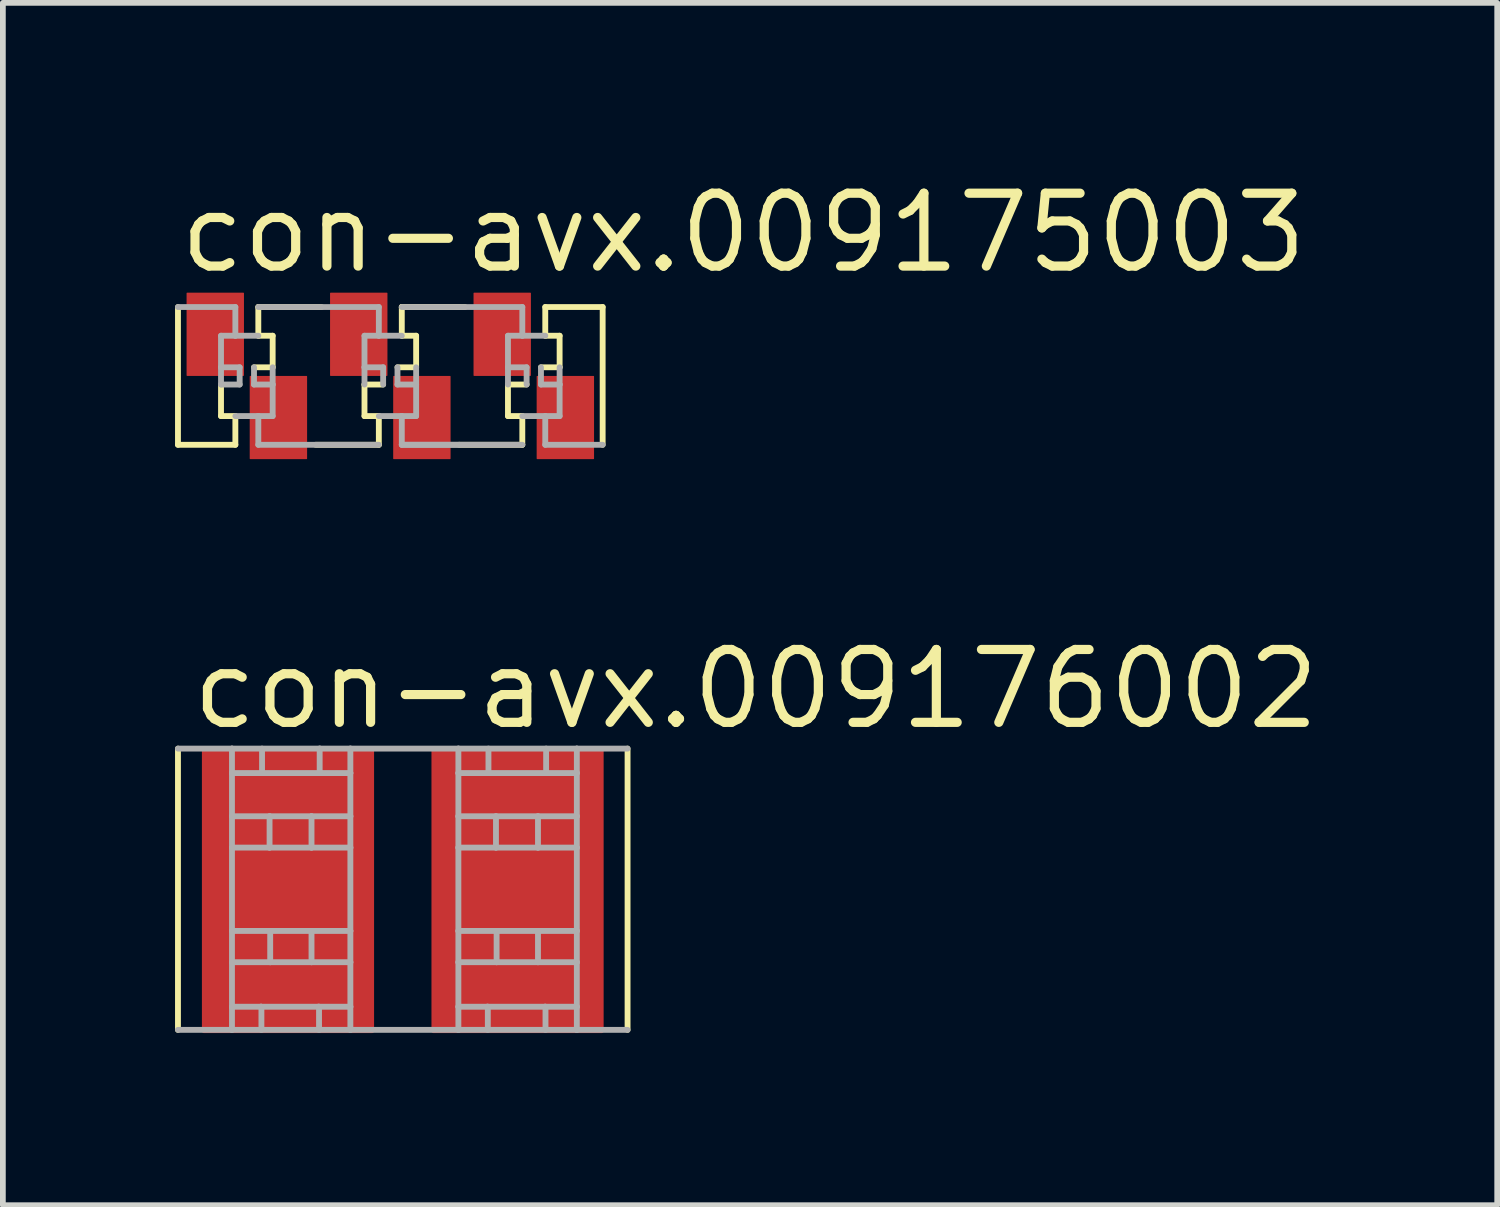
<source format=kicad_pcb>
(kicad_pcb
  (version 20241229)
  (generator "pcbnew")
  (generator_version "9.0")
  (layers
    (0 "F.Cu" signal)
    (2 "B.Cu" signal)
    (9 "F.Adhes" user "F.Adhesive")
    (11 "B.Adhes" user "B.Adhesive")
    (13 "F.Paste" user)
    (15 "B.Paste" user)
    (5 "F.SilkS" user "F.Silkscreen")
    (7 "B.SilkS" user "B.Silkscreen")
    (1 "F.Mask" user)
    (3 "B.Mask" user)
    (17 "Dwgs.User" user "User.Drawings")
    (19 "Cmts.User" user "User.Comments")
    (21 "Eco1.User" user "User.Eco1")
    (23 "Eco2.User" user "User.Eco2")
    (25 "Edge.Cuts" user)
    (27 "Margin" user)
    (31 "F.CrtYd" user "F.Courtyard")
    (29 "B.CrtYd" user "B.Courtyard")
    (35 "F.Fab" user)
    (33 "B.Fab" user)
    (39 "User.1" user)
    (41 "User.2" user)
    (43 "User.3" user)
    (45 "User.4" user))
  (footprint "con-avx.009175003"
    (layer "F.Cu")
    (at 3.751 3.5)
    (property "Reference" "con-avx.009175003" (at -3.75 -1.75 0) (layer "F.SilkS") (effects (font (size 1.27 1.27) (thickness 0.16)) (justify left bottom)))
    (attr smd)
    (fp_line (start -3.7 1.2) (end -3.7 -1.2) (stroke (width 0.102) (type default)) (layer "F.SilkS"))
    (fp_line (start -2.95 0.7) (end -2.95 0.15) (stroke (width 0.102) (type default)) (layer "F.SilkS"))
    (fp_line (start -2.7 0.7) (end -2.95 0.7) (stroke (width 0.102) (type default)) (layer "F.SilkS"))
    (fp_line (start -2.7 0.7) (end -2.7 1.2) (stroke (width 0.102) (type default)) (layer "F.SilkS"))
    (fp_line (start -2.7 1.2) (end -3.7 1.2) (stroke (width 0.102) (type default)) (layer "F.SilkS"))
    (fp_line (start -2.3 -1.2) (end -1.2 -1.2) (stroke (width 0.102) (type default)) (layer "F.SilkS"))
    (fp_line (start -2.3 -0.7) (end -2.3 -1.2) (stroke (width 0.102) (type default)) (layer "F.SilkS"))
    (fp_line (start -2.3 -0.7) (end -2.05 -0.7) (stroke (width 0.102) (type default)) (layer "F.SilkS"))
    (fp_line (start -2.05 -0.7) (end -2.05 -0.15) (stroke (width 0.102) (type default)) (layer "F.SilkS"))
    (fp_line (start -2.05 -0.15) (end -2.375 -0.15) (stroke (width 0.102) (type default)) (layer "F.SilkS"))
    (fp_line (start -0.45 0.15) (end -0.125 0.15) (stroke (width 0.102) (type default)) (layer "F.SilkS"))
    (fp_line (start -0.45 0.7) (end -0.45 0.15) (stroke (width 0.102) (type default)) (layer "F.SilkS"))
    (fp_line (start -0.2 0.7) (end -0.45 0.7) (stroke (width 0.102) (type default)) (layer "F.SilkS"))
    (fp_line (start -0.2 0.7) (end -0.2 1.2) (stroke (width 0.102) (type default)) (layer "F.SilkS"))
    (fp_line (start -0.2 1.2) (end -1.3 1.2) (stroke (width 0.102) (type default)) (layer "F.SilkS"))
    (fp_line (start 0.2 -1.2) (end 1.2 -1.2) (stroke (width 0.102) (type default)) (layer "F.SilkS"))
    (fp_line (start 0.2 -1.2) (end 1.3 -1.2) (stroke (width 0.102) (type default)) (layer "F.SilkS"))
    (fp_line (start 0.2 -0.7) (end 0.2 -1.2) (stroke (width 0.102) (type default)) (layer "F.SilkS"))
    (fp_line (start 0.2 -0.7) (end 0.45 -0.7) (stroke (width 0.102) (type default)) (layer "F.SilkS"))
    (fp_line (start 0.45 -0.7) (end 0.45 -0.15) (stroke (width 0.102) (type default)) (layer "F.SilkS"))
    (fp_line (start 0.45 -0.15) (end 0.125 -0.15) (stroke (width 0.102) (type default)) (layer "F.SilkS"))
    (fp_line (start 2.05 0.15) (end 2.375 0.15) (stroke (width 0.102) (type default)) (layer "F.SilkS"))
    (fp_line (start 2.05 0.7) (end 2.05 0.15) (stroke (width 0.102) (type default)) (layer "F.SilkS"))
    (fp_line (start 2.3 0.7) (end 2.05 0.7) (stroke (width 0.102) (type default)) (layer "F.SilkS"))
    (fp_line (start 2.3 0.7) (end 2.3 1.2) (stroke (width 0.102) (type default)) (layer "F.SilkS"))
    (fp_line (start 2.3 1.2) (end 1.2 1.2) (stroke (width 0.102) (type default)) (layer "F.SilkS"))
    (fp_line (start 2.7 -1.2) (end 3.7 -1.2) (stroke (width 0.102) (type default)) (layer "F.SilkS"))
    (fp_line (start 2.7 -0.7) (end 2.7 -1.2) (stroke (width 0.102) (type default)) (layer "F.SilkS"))
    (fp_line (start 2.7 -0.7) (end 2.95 -0.7) (stroke (width 0.102) (type default)) (layer "F.SilkS"))
    (fp_line (start 2.95 -0.7) (end 2.95 -0.15) (stroke (width 0.102) (type default)) (layer "F.SilkS"))
    (fp_line (start 2.95 -0.15) (end 2.625 -0.15) (stroke (width 0.102) (type default)) (layer "F.SilkS"))
    (fp_line (start 3.7 -1.2) (end 3.7 1.2) (stroke (width 0.102) (type default)) (layer "F.SilkS"))
    (fp_line (start -3.7 -1.2) (end -2.7 -1.2) (stroke (width 0.102) (type default)) (layer "F.Fab"))
    (fp_line (start -2.95 -0.7) (end -2.7 -0.7) (stroke (width 0.102) (type default)) (layer "F.Fab"))
    (fp_line (start -2.95 -0.15) (end -2.95 -0.7) (stroke (width 0.102) (type default)) (layer "F.Fab"))
    (fp_line (start -2.95 -0.15) (end -2.95 0.15) (stroke (width 0.102) (type default)) (layer "F.Fab"))
    (fp_line (start -2.95 0.15) (end -2.625 0.15) (stroke (width 0.102) (type default)) (layer "F.Fab"))
    (fp_line (start -2.7 -1.2) (end -2.7 -0.7) (stroke (width 0.102) (type default)) (layer "F.Fab"))
    (fp_line (start -2.7 -0.7) (end -2.3 -0.7) (stroke (width 0.102) (type default)) (layer "F.Fab"))
    (fp_line (start -2.625 -0.15) (end -2.95 -0.15) (stroke (width 0.102) (type default)) (layer "F.Fab"))
    (fp_line (start -2.625 0.15) (end -2.625 -0.15) (stroke (width 0.102) (type default)) (layer "F.Fab"))
    (fp_line (start -2.375 -0.15) (end -2.375 0.15) (stroke (width 0.102) (type default)) (layer "F.Fab"))
    (fp_line (start -2.375 0.15) (end -2.05 0.15) (stroke (width 0.102) (type default)) (layer "F.Fab"))
    (fp_line (start -2.3 -1.2) (end -0.2 -1.2) (stroke (width 0.102) (type default)) (layer "F.Fab"))
    (fp_line (start -2.3 0.7) (end -2.7 0.7) (stroke (width 0.102) (type default)) (layer "F.Fab"))
    (fp_line (start -2.3 1.2) (end -2.3 0.7) (stroke (width 0.102) (type default)) (layer "F.Fab"))
    (fp_line (start -2.05 -0.15) (end -2.05 0.15) (stroke (width 0.102) (type default)) (layer "F.Fab"))
    (fp_line (start -2.05 0.15) (end -2.05 0.7) (stroke (width 0.102) (type default)) (layer "F.Fab"))
    (fp_line (start -2.05 0.7) (end -2.3 0.7) (stroke (width 0.102) (type default)) (layer "F.Fab"))
    (fp_line (start -0.45 -0.7) (end -0.2 -0.7) (stroke (width 0.102) (type default)) (layer "F.Fab"))
    (fp_line (start -0.45 -0.15) (end -0.45 -0.7) (stroke (width 0.102) (type default)) (layer "F.Fab"))
    (fp_line (start -0.45 -0.15) (end -0.45 0.15) (stroke (width 0.102) (type default)) (layer "F.Fab"))
    (fp_line (start -0.2 -1.2) (end -0.2 -0.7) (stroke (width 0.102) (type default)) (layer "F.Fab"))
    (fp_line (start -0.2 -0.7) (end 0.2 -0.7) (stroke (width 0.102) (type default)) (layer "F.Fab"))
    (fp_line (start -0.2 1.2) (end -2.3 1.2) (stroke (width 0.102) (type default)) (layer "F.Fab"))
    (fp_line (start -0.125 -0.15) (end -0.45 -0.15) (stroke (width 0.102) (type default)) (layer "F.Fab"))
    (fp_line (start -0.125 0.15) (end -0.125 -0.15) (stroke (width 0.102) (type default)) (layer "F.Fab"))
    (fp_line (start 0.125 -0.15) (end 0.125 0.15) (stroke (width 0.102) (type default)) (layer "F.Fab"))
    (fp_line (start 0.125 0.15) (end 0.45 0.15) (stroke (width 0.102) (type default)) (layer "F.Fab"))
    (fp_line (start 0.2 -1.2) (end 2.3 -1.2) (stroke (width 0.102) (type default)) (layer "F.Fab"))
    (fp_line (start 0.2 0.7) (end -0.2 0.7) (stroke (width 0.102) (type default)) (layer "F.Fab"))
    (fp_line (start 0.2 1.2) (end 0.2 0.7) (stroke (width 0.102) (type default)) (layer "F.Fab"))
    (fp_line (start 0.45 -0.15) (end 0.45 0.15) (stroke (width 0.102) (type default)) (layer "F.Fab"))
    (fp_line (start 0.45 0.15) (end 0.45 0.7) (stroke (width 0.102) (type default)) (layer "F.Fab"))
    (fp_line (start 0.45 0.7) (end 0.2 0.7) (stroke (width 0.102) (type default)) (layer "F.Fab"))
    (fp_line (start 1.2 1.2) (end 0.2 1.2) (stroke (width 0.102) (type default)) (layer "F.Fab"))
    (fp_line (start 2.05 -0.7) (end 2.3 -0.7) (stroke (width 0.102) (type default)) (layer "F.Fab"))
    (fp_line (start 2.05 -0.15) (end 2.05 -0.7) (stroke (width 0.102) (type default)) (layer "F.Fab"))
    (fp_line (start 2.05 -0.15) (end 2.05 0.15) (stroke (width 0.102) (type default)) (layer "F.Fab"))
    (fp_line (start 2.3 -1.2) (end 2.3 -0.7) (stroke (width 0.102) (type default)) (layer "F.Fab"))
    (fp_line (start 2.3 -0.7) (end 2.7 -0.7) (stroke (width 0.102) (type default)) (layer "F.Fab"))
    (fp_line (start 2.3 1.2) (end 0.2 1.2) (stroke (width 0.102) (type default)) (layer "F.Fab"))
    (fp_line (start 2.375 -0.15) (end 2.05 -0.15) (stroke (width 0.102) (type default)) (layer "F.Fab"))
    (fp_line (start 2.375 0.15) (end 2.375 -0.15) (stroke (width 0.102) (type default)) (layer "F.Fab"))
    (fp_line (start 2.625 -0.15) (end 2.625 0.15) (stroke (width 0.102) (type default)) (layer "F.Fab"))
    (fp_line (start 2.625 0.15) (end 2.95 0.15) (stroke (width 0.102) (type default)) (layer "F.Fab"))
    (fp_line (start 2.7 0.7) (end 2.3 0.7) (stroke (width 0.102) (type default)) (layer "F.Fab"))
    (fp_line (start 2.7 1.2) (end 2.7 0.7) (stroke (width 0.102) (type default)) (layer "F.Fab"))
    (fp_line (start 2.95 -0.15) (end 2.95 0.15) (stroke (width 0.102) (type default)) (layer "F.Fab"))
    (fp_line (start 2.95 0.15) (end 2.95 0.7) (stroke (width 0.102) (type default)) (layer "F.Fab"))
    (fp_line (start 2.95 0.7) (end 2.7 0.7) (stroke (width 0.102) (type default)) (layer "F.Fab"))
    (fp_line (start 3.7 1.2) (end 2.7 1.2) (stroke (width 0.102) (type default)) (layer "F.Fab"))
    (pad "1" smd roundrect (at -3.05 -0.725) (size 1 1.45) (layers "F.Cu" "F.Mask" "F.Paste") (roundrect_rratio 0.01))
    (pad "1@1" smd roundrect (at -1.95 0.725) (size 1 1.45) (layers "F.Cu" "F.Mask" "F.Paste") (roundrect_rratio 0.01))
    (pad "2" smd roundrect (at -0.55 -0.725) (size 1 1.45) (layers "F.Cu" "F.Mask" "F.Paste") (roundrect_rratio 0.01))
    (pad "2@1" smd roundrect (at 0.55 0.725) (size 1 1.45) (layers "F.Cu" "F.Mask" "F.Paste") (roundrect_rratio 0.01))
    (pad "3" smd roundrect (at 1.95 -0.725) (size 1 1.45) (layers "F.Cu" "F.Mask" "F.Paste") (roundrect_rratio 0.01))
    (pad "3@2" smd roundrect (at 3.05 0.725) (size 1 1.45) (layers "F.Cu" "F.Mask" "F.Paste") (roundrect_rratio 0.01)))
  (footprint "con-avx.009176002"
    (layer "F.Cu")
    (at 3.968 12.45)
    (property "Reference" "con-avx.009176002" (at -3.75 -2.75 0) (layer "F.SilkS") (effects (font (size 1.27 1.27) (thickness 0.16)) (justify left bottom)))
    (attr smd)
    (fp_line (start -3.917 2.445) (end -3.917 -2.456) (stroke (width 0.102) (type default)) (layer "F.SilkS"))
    (fp_line (start 3.917 -2.456) (end 3.917 2.445) (stroke (width 0.102) (type default)) (layer "F.SilkS"))
    (fp_line (start -3.917 -2.456) (end -2.976 -2.456) (stroke (width 0.102) (type default)) (layer "F.Fab"))
    (fp_line (start -2.976 -2.456) (end -1.448 -2.456) (stroke (width 0.102) (type default)) (layer "F.Fab"))
    (fp_line (start -2.976 -2.03) (end -2.976 -2.456) (stroke (width 0.102) (type default)) (layer "F.Fab"))
    (fp_line (start -2.976 -1.277) (end -2.976 -2.03) (stroke (width 0.102) (type default)) (layer "F.Fab"))
    (fp_line (start -2.976 -0.731) (end -2.976 -1.277) (stroke (width 0.102) (type default)) (layer "F.Fab"))
    (fp_line (start -2.976 -0.731) (end -2.321 -0.731) (stroke (width 0.102) (type default)) (layer "F.Fab"))
    (fp_line (start -2.976 0.721) (end -2.976 -0.731) (stroke (width 0.102) (type default)) (layer "F.Fab"))
    (fp_line (start -2.976 1.266) (end -2.976 0.721) (stroke (width 0.102) (type default)) (layer "F.Fab"))
    (fp_line (start -2.976 1.266) (end -2.31 1.266) (stroke (width 0.102) (type default)) (layer "F.Fab"))
    (fp_line (start -2.976 2.042) (end -2.976 1.266) (stroke (width 0.102) (type default)) (layer "F.Fab"))
    (fp_line (start -2.976 2.042) (end -2.474 2.042) (stroke (width 0.102) (type default)) (layer "F.Fab"))
    (fp_line (start -2.976 2.445) (end -3.917 2.445) (stroke (width 0.102) (type default)) (layer "F.Fab"))
    (fp_line (start -2.976 2.445) (end -2.976 2.042) (stroke (width 0.102) (type default)) (layer "F.Fab"))
    (fp_line (start -2.474 2.042) (end -2.463 2.042) (stroke (width 0.102) (type default)) (layer "F.Fab"))
    (fp_line (start -2.474 2.042) (end -1.47 2.042) (stroke (width 0.102) (type default)) (layer "F.Fab"))
    (fp_line (start -2.463 2.042) (end -2.463 2.445) (stroke (width 0.102) (type default)) (layer "F.Fab"))
    (fp_line (start -2.452 -2.03) (end -2.976 -2.03) (stroke (width 0.102) (type default)) (layer "F.Fab"))
    (fp_line (start -2.452 -2.03) (end -2.452 -2.456) (stroke (width 0.102) (type default)) (layer "F.Fab"))
    (fp_line (start -2.321 -1.277) (end -2.976 -1.277) (stroke (width 0.102) (type default)) (layer "F.Fab"))
    (fp_line (start -2.321 -0.731) (end -2.321 -1.277) (stroke (width 0.102) (type default)) (layer "F.Fab"))
    (fp_line (start -2.321 -0.731) (end -1.59 -0.731) (stroke (width 0.102) (type default)) (layer "F.Fab"))
    (fp_line (start -2.31 0.721) (end -2.976 0.721) (stroke (width 0.102) (type default)) (layer "F.Fab"))
    (fp_line (start -2.31 1.266) (end -2.31 0.721) (stroke (width 0.102) (type default)) (layer "F.Fab"))
    (fp_line (start -2.31 1.266) (end -1.59 1.266) (stroke (width 0.102) (type default)) (layer "F.Fab"))
    (fp_line (start -1.59 -1.277) (end -2.321 -1.277) (stroke (width 0.102) (type default)) (layer "F.Fab"))
    (fp_line (start -1.59 -0.731) (end -1.59 -1.277) (stroke (width 0.102) (type default)) (layer "F.Fab"))
    (fp_line (start -1.59 -0.731) (end -0.913 -0.731) (stroke (width 0.102) (type default)) (layer "F.Fab"))
    (fp_line (start -1.59 0.721) (end -2.31 0.721) (stroke (width 0.102) (type default)) (layer "F.Fab"))
    (fp_line (start -1.59 1.266) (end -1.59 0.721) (stroke (width 0.102) (type default)) (layer "F.Fab"))
    (fp_line (start -1.59 1.266) (end -0.913 1.266) (stroke (width 0.102) (type default)) (layer "F.Fab"))
    (fp_line (start -1.47 2.042) (end -1.459 2.042) (stroke (width 0.102) (type default)) (layer "F.Fab"))
    (fp_line (start -1.47 2.042) (end -0.913 2.042) (stroke (width 0.102) (type default)) (layer "F.Fab"))
    (fp_line (start -1.459 2.042) (end -1.459 2.445) (stroke (width 0.102) (type default)) (layer "F.Fab"))
    (fp_line (start -1.448 -2.456) (end -0.913 -2.456) (stroke (width 0.102) (type default)) (layer "F.Fab"))
    (fp_line (start -1.448 -2.03) (end -2.452 -2.03) (stroke (width 0.102) (type default)) (layer "F.Fab"))
    (fp_line (start -1.448 -2.03) (end -1.448 -2.456) (stroke (width 0.102) (type default)) (layer "F.Fab"))
    (fp_line (start -0.913 -2.456) (end 0.969 -2.456) (stroke (width 0.102) (type default)) (layer "F.Fab"))
    (fp_line (start -0.913 -2.03) (end -1.448 -2.03) (stroke (width 0.102) (type default)) (layer "F.Fab"))
    (fp_line (start -0.913 -2.03) (end -0.913 -2.456) (stroke (width 0.102) (type default)) (layer "F.Fab"))
    (fp_line (start -0.913 -1.277) (end -1.59 -1.277) (stroke (width 0.102) (type default)) (layer "F.Fab"))
    (fp_line (start -0.913 -1.277) (end -0.913 -2.03) (stroke (width 0.102) (type default)) (layer "F.Fab"))
    (fp_line (start -0.913 -0.731) (end -0.913 -1.277) (stroke (width 0.102) (type default)) (layer "F.Fab"))
    (fp_line (start -0.913 0.721) (end -1.59 0.721) (stroke (width 0.102) (type default)) (layer "F.Fab"))
    (fp_line (start -0.913 0.721) (end -0.913 -0.731) (stroke (width 0.102) (type default)) (layer "F.Fab"))
    (fp_line (start -0.913 1.266) (end -0.913 0.721) (stroke (width 0.102) (type default)) (layer "F.Fab"))
    (fp_line (start -0.913 2.042) (end -0.913 1.266) (stroke (width 0.102) (type default)) (layer "F.Fab"))
    (fp_line (start -0.913 2.445) (end -2.976 2.445) (stroke (width 0.102) (type default)) (layer "F.Fab"))
    (fp_line (start -0.913 2.445) (end -0.913 2.042) (stroke (width 0.102) (type default)) (layer "F.Fab"))
    (fp_line (start 0.969 -2.456) (end 3.033 -2.456) (stroke (width 0.102) (type default)) (layer "F.Fab"))
    (fp_line (start 0.969 -2.03) (end 0.969 -2.456) (stroke (width 0.102) (type default)) (layer "F.Fab"))
    (fp_line (start 0.969 -1.277) (end 0.969 -2.03) (stroke (width 0.102) (type default)) (layer "F.Fab"))
    (fp_line (start 0.969 -0.731) (end 0.969 -1.277) (stroke (width 0.102) (type default)) (layer "F.Fab"))
    (fp_line (start 0.969 -0.731) (end 1.624 -0.731) (stroke (width 0.102) (type default)) (layer "F.Fab"))
    (fp_line (start 0.969 0.721) (end 0.969 -0.731) (stroke (width 0.102) (type default)) (layer "F.Fab"))
    (fp_line (start 0.969 1.266) (end 0.969 0.721) (stroke (width 0.102) (type default)) (layer "F.Fab"))
    (fp_line (start 0.969 1.266) (end 1.635 1.266) (stroke (width 0.102) (type default)) (layer "F.Fab"))
    (fp_line (start 0.969 2.042) (end 0.969 1.266) (stroke (width 0.102) (type default)) (layer "F.Fab"))
    (fp_line (start 0.969 2.042) (end 1.472 2.042) (stroke (width 0.102) (type default)) (layer "F.Fab"))
    (fp_line (start 0.969 2.445) (end -0.913 2.445) (stroke (width 0.102) (type default)) (layer "F.Fab"))
    (fp_line (start 0.969 2.445) (end 0.969 2.042) (stroke (width 0.102) (type default)) (layer "F.Fab"))
    (fp_line (start 1.472 2.042) (end 1.482 2.042) (stroke (width 0.102) (type default)) (layer "F.Fab"))
    (fp_line (start 1.472 2.042) (end 2.476 2.042) (stroke (width 0.102) (type default)) (layer "F.Fab"))
    (fp_line (start 1.482 2.042) (end 1.482 2.445) (stroke (width 0.102) (type default)) (layer "F.Fab"))
    (fp_line (start 1.493 -2.03) (end 0.969 -2.03) (stroke (width 0.102) (type default)) (layer "F.Fab"))
    (fp_line (start 1.493 -2.03) (end 1.493 -2.456) (stroke (width 0.102) (type default)) (layer "F.Fab"))
    (fp_line (start 1.624 -1.277) (end 0.969 -1.277) (stroke (width 0.102) (type default)) (layer "F.Fab"))
    (fp_line (start 1.624 -0.731) (end 1.624 -1.277) (stroke (width 0.102) (type default)) (layer "F.Fab"))
    (fp_line (start 1.624 -0.731) (end 2.356 -0.731) (stroke (width 0.102) (type default)) (layer "F.Fab"))
    (fp_line (start 1.635 0.721) (end 0.969 0.721) (stroke (width 0.102) (type default)) (layer "F.Fab"))
    (fp_line (start 1.635 1.266) (end 1.635 0.721) (stroke (width 0.102) (type default)) (layer "F.Fab"))
    (fp_line (start 1.635 1.266) (end 2.356 1.266) (stroke (width 0.102) (type default)) (layer "F.Fab"))
    (fp_line (start 2.356 -1.277) (end 1.624 -1.277) (stroke (width 0.102) (type default)) (layer "F.Fab"))
    (fp_line (start 2.356 -0.731) (end 2.356 -1.277) (stroke (width 0.102) (type default)) (layer "F.Fab"))
    (fp_line (start 2.356 -0.731) (end 3.033 -0.731) (stroke (width 0.102) (type default)) (layer "F.Fab"))
    (fp_line (start 2.356 0.721) (end 1.635 0.721) (stroke (width 0.102) (type default)) (layer "F.Fab"))
    (fp_line (start 2.356 1.266) (end 2.356 0.721) (stroke (width 0.102) (type default)) (layer "F.Fab"))
    (fp_line (start 2.356 1.266) (end 3.033 1.266) (stroke (width 0.102) (type default)) (layer "F.Fab"))
    (fp_line (start 2.476 2.042) (end 2.487 2.042) (stroke (width 0.102) (type default)) (layer "F.Fab"))
    (fp_line (start 2.476 2.042) (end 3.033 2.042) (stroke (width 0.102) (type default)) (layer "F.Fab"))
    (fp_line (start 2.487 2.042) (end 2.487 2.445) (stroke (width 0.102) (type default)) (layer "F.Fab"))
    (fp_line (start 2.498 -2.03) (end 1.493 -2.03) (stroke (width 0.102) (type default)) (layer "F.Fab"))
    (fp_line (start 2.498 -2.03) (end 2.498 -2.456) (stroke (width 0.102) (type default)) (layer "F.Fab"))
    (fp_line (start 3.033 -2.456) (end 3.917 -2.456) (stroke (width 0.102) (type default)) (layer "F.Fab"))
    (fp_line (start 3.033 -2.03) (end 2.498 -2.03) (stroke (width 0.102) (type default)) (layer "F.Fab"))
    (fp_line (start 3.033 -2.03) (end 3.033 -2.456) (stroke (width 0.102) (type default)) (layer "F.Fab"))
    (fp_line (start 3.033 -1.277) (end 2.356 -1.277) (stroke (width 0.102) (type default)) (layer "F.Fab"))
    (fp_line (start 3.033 -1.277) (end 3.033 -2.03) (stroke (width 0.102) (type default)) (layer "F.Fab"))
    (fp_line (start 3.033 -0.731) (end 3.033 -1.277) (stroke (width 0.102) (type default)) (layer "F.Fab"))
    (fp_line (start 3.033 0.721) (end 2.356 0.721) (stroke (width 0.102) (type default)) (layer "F.Fab"))
    (fp_line (start 3.033 0.721) (end 3.033 -0.731) (stroke (width 0.102) (type default)) (layer "F.Fab"))
    (fp_line (start 3.033 1.266) (end 3.033 0.721) (stroke (width 0.102) (type default)) (layer "F.Fab"))
    (fp_line (start 3.033 2.042) (end 3.033 1.266) (stroke (width 0.102) (type default)) (layer "F.Fab"))
    (fp_line (start 3.033 2.445) (end 0.969 2.445) (stroke (width 0.102) (type default)) (layer "F.Fab"))
    (fp_line (start 3.033 2.445) (end 3.033 2.042) (stroke (width 0.102) (type default)) (layer "F.Fab"))
    (fp_line (start 3.917 2.445) (end 3.033 2.445) (stroke (width 0.102) (type default)) (layer "F.Fab"))
    (pad "1" smd roundrect (at -2 0) (size 3 5) (layers "F.Cu" "F.Mask" "F.Paste") (roundrect_rratio 0.01))
    (pad "2" smd roundrect (at 2 0) (size 3 5) (layers "F.Cu" "F.Mask" "F.Paste") (roundrect_rratio 0.01)))
  (gr_rect
    (start -3 -3)
    (end 23.038 17.95)
    (stroke (width 0.1) (type default))
    (fill no)
    (layer "Edge.Cuts")))
</source>
